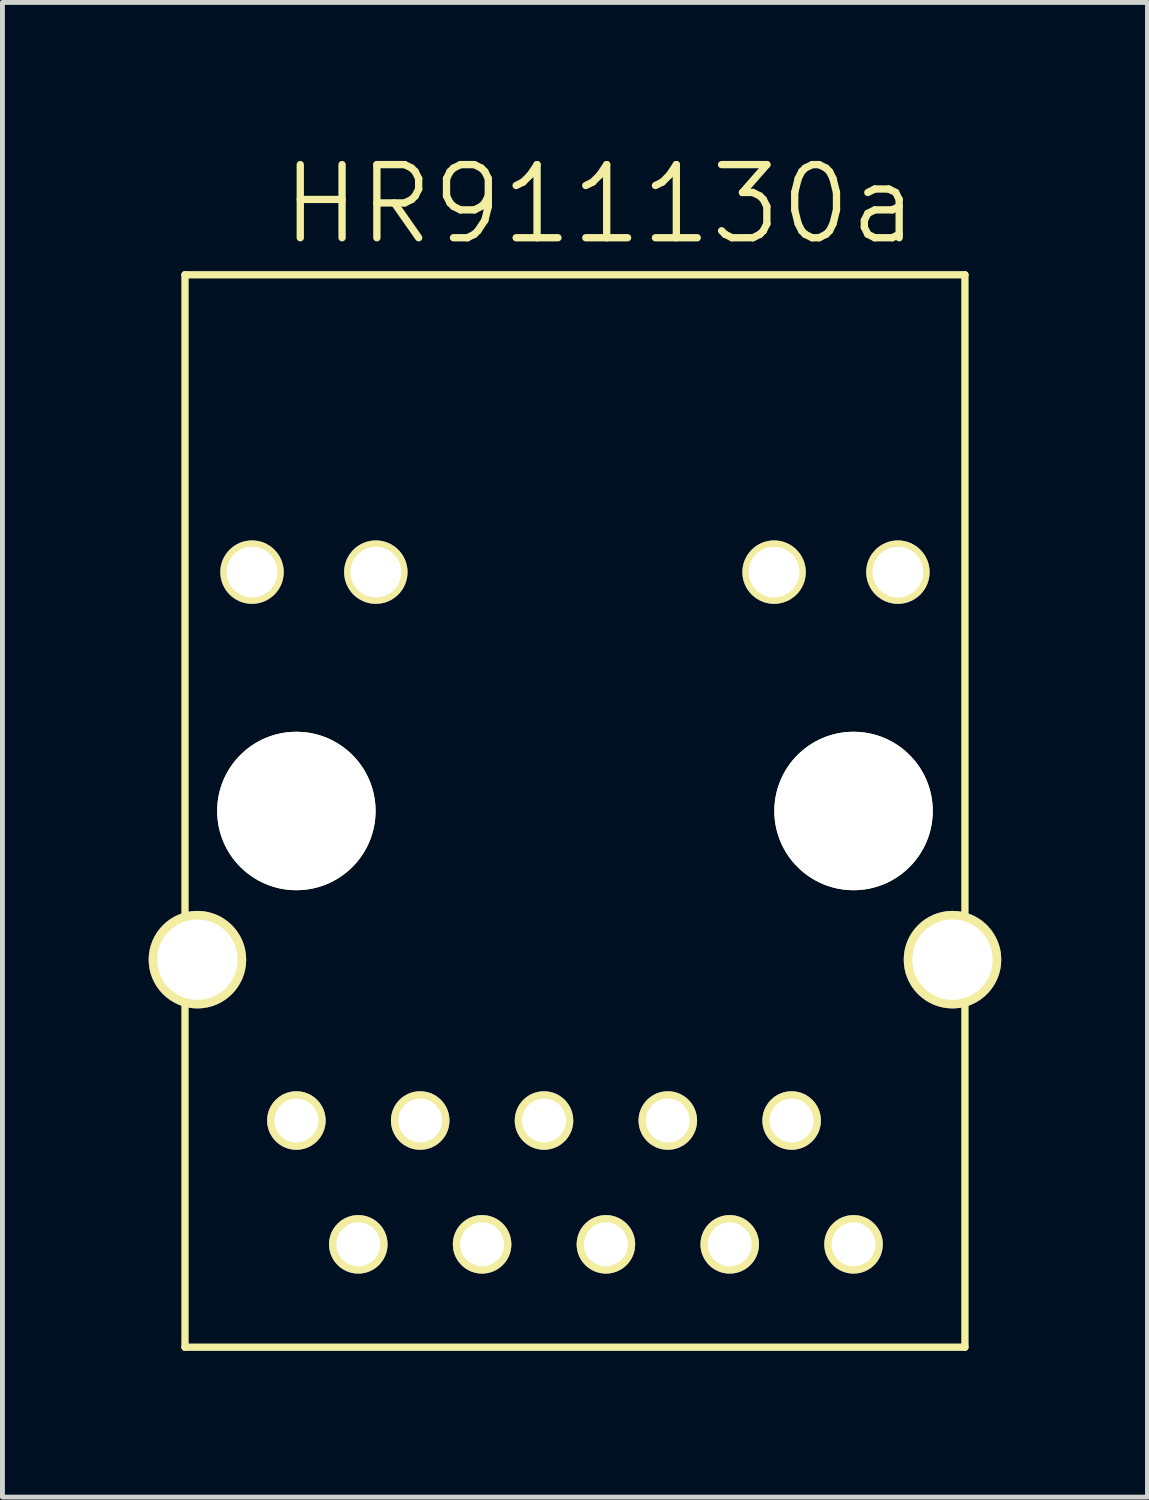
<source format=kicad_pcb>
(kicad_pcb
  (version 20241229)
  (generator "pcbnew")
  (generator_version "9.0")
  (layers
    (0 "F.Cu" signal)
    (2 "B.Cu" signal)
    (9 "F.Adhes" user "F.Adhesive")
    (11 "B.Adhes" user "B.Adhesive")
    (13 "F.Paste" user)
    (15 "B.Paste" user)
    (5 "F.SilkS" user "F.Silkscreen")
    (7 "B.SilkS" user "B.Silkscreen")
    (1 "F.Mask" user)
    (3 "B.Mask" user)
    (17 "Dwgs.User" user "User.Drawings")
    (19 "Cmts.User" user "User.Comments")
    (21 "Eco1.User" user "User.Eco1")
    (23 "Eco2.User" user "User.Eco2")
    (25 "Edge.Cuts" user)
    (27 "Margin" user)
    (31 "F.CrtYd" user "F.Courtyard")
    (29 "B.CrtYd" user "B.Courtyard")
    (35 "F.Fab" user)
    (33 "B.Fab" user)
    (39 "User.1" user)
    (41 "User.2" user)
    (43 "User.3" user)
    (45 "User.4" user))
  (footprint "HR911130a"
    (layer "F.Cu")
    (at 8.745 13.587)
    (property "Reference" "HR911130a" (at 0.508 -12.446 0) (layer "F.SilkS") (effects (font (size 1.5 1.5) (thickness 0.15))))
    (attr through_hole)
    (fp_line (start -8 -11) (end -8 11) (stroke (width 0.15) (type solid)) (layer "F.SilkS"))
    (fp_line (start -8 11) (end 8 11) (stroke (width 0.15) (type solid)) (layer "F.SilkS"))
    (fp_line (start 8 -11) (end -8 -11) (stroke (width 0.15) (type solid)) (layer "F.SilkS"))
    (fp_line (start 8 11) (end 8 -11) (stroke (width 0.15) (type solid)) (layer "F.SilkS"))
    (pad "" np_thru_hole circle (at -5.715 0) (size 3.25 3.25) (drill 3.25) (layers "*.Cu" "*.Mask" "F.SilkS"))
    (pad "" np_thru_hole circle (at 5.715 0) (size 3.25 3.25) (drill 3.25) (layers "*.Cu" "*.Mask" "F.SilkS"))
    (pad "1" thru_hole circle (at 5.715 8.89) (size 1.2 1.2) (drill 0.9) (layers "*.Cu" "*.Mask" "F.SilkS"))
    (pad "2" thru_hole circle (at 4.445 6.35) (size 1.2 1.2) (drill 0.9) (layers "*.Cu" "*.Mask" "F.SilkS"))
    (pad "3" thru_hole circle (at 3.175 8.89) (size 1.2 1.2) (drill 0.9) (layers "*.Cu" "*.Mask" "F.SilkS"))
    (pad "4" thru_hole circle (at 1.905 6.35) (size 1.2 1.2) (drill 0.9) (layers "*.Cu" "*.Mask" "F.SilkS"))
    (pad "5" thru_hole circle (at 0.635 8.89) (size 1.2 1.2) (drill 0.9) (layers "*.Cu" "*.Mask" "F.SilkS"))
    (pad "6" thru_hole circle (at -0.635 6.35) (size 1.2 1.2) (drill 0.9) (layers "*.Cu" "*.Mask" "F.SilkS"))
    (pad "7" thru_hole circle (at -1.905 8.89) (size 1.2 1.2) (drill 0.9) (layers "*.Cu" "*.Mask" "F.SilkS"))
    (pad "8" thru_hole circle (at -3.175 6.35) (size 1.2 1.2) (drill 0.9) (layers "*.Cu" "*.Mask" "F.SilkS"))
    (pad "9" thru_hole circle (at -4.445 8.89) (size 1.2 1.2) (drill 0.9) (layers "*.Cu" "*.Mask" "F.SilkS"))
    (pad "10" thru_hole circle (at -5.715 6.35) (size 1.2 1.2) (drill 0.9) (layers "*.Cu" "*.Mask" "F.SilkS"))
    (pad "11" thru_hole circle (at 6.625 -4.9) (size 1.3 1.3) (drill 1.04) (layers "*.Cu" "*.Mask" "F.SilkS"))
    (pad "12" thru_hole circle (at 4.085 -4.9) (size 1.3 1.3) (drill 1.04) (layers "*.Cu" "*.Mask" "F.SilkS"))
    (pad "13" thru_hole circle (at -4.085 -4.9) (size 1.3 1.3) (drill 1.04) (layers "*.Cu" "*.Mask" "F.SilkS"))
    (pad "14" thru_hole circle (at -6.625 -4.9) (size 1.3 1.3) (drill 1.04) (layers "*.Cu" "*.Mask" "F.SilkS"))
    (pad "SH" thru_hole circle (at -7.745 3.05) (size 2 2) (drill 1.65) (layers "*.Cu" "*.Mask" "F.SilkS"))
    (pad "SH" thru_hole circle (at 7.745 3.05) (size 2 2) (drill 1.65) (layers "*.Cu" "*.Mask" "F.SilkS")))
  (gr_rect
    (start -3 -3)
    (end 20.49 27.662)
    (stroke (width 0.1) (type default))
    (fill no)
    (layer "Edge.Cuts")))
</source>
